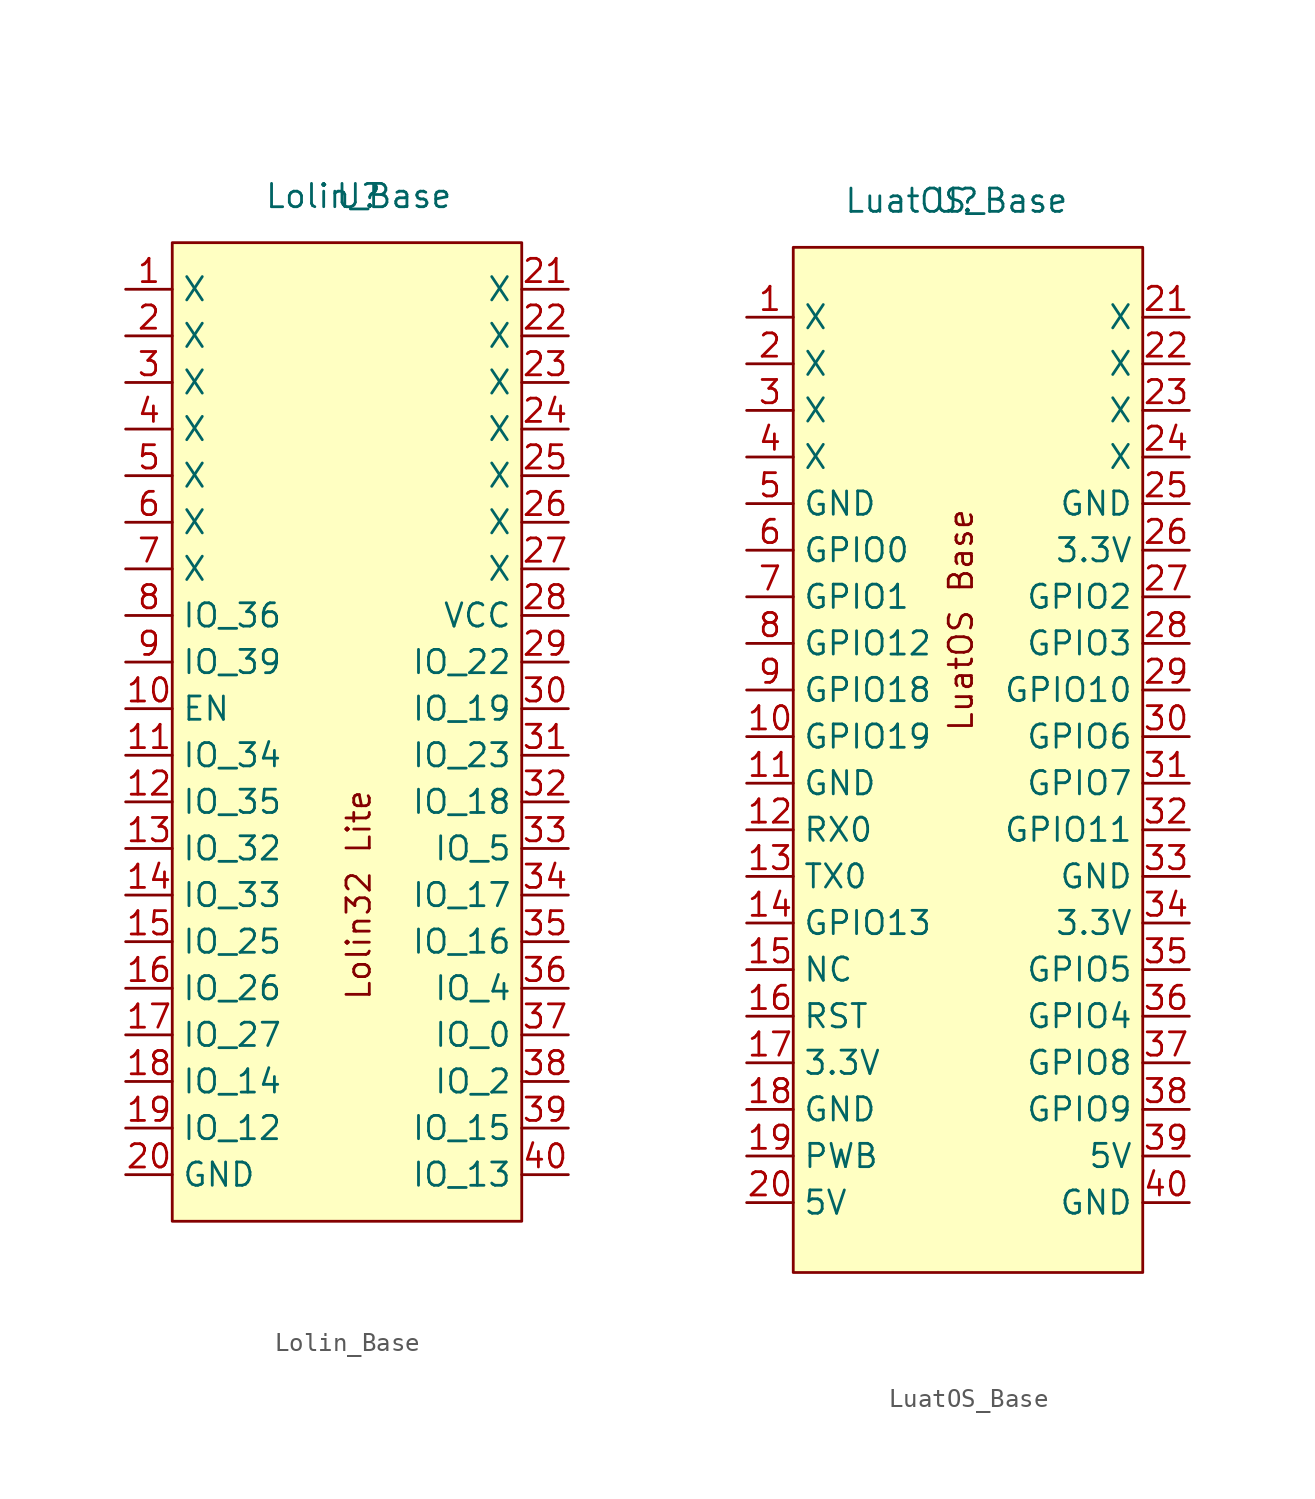
<source format=kicad_sym>
(kicad_symbol_lib
  (version 20220914)
  (generator kicad_symbol_editor)
  (symbol "Lolin_Base"
    (property "Reference" "U"
      (at 0 0 0)
      (effects (font (size 1.27 1.27))))
    (property "Value" "Lolin_Base"
      (at 0 0 0)
      (effects (font (size 1.27 1.27))))
    (symbol "Lolin_Base_1_1"
      (rectangle (start -10.16 -2.54) (end 8.89 -55.88) (stroke (width 0) (type default)) (fill (type background)))
      (text "Lolin32 Lite\n" (at 0 -38.1 900) (effects (font (size 1.27 1.27))))
      (pin bidirectional line (at -12.7 -5.08 0) (length 2.54) (name "X" (effects (font (size 1.27 1.27)))) (number "1" (effects (font (size 1.27 1.27)))))
      (pin bidirectional line (at -12.7 -27.94 0) (length 2.54) (name "EN" (effects (font (size 1.27 1.27)))) (number "10" (effects (font (size 1.27 1.27)))))
      (pin bidirectional line (at -12.7 -30.48 0) (length 2.54) (name "IO_34" (effects (font (size 1.27 1.27)))) (number "11" (effects (font (size 1.27 1.27)))))
      (pin bidirectional line (at -12.7 -33.02 0) (length 2.54) (name "IO_35" (effects (font (size 1.27 1.27)))) (number "12" (effects (font (size 1.27 1.27)))))
      (pin bidirectional line (at -12.7 -35.56 0) (length 2.54) (name "IO_32" (effects (font (size 1.27 1.27)))) (number "13" (effects (font (size 1.27 1.27)))))
      (pin bidirectional line (at -12.7 -38.1 0) (length 2.54) (name "IO_33" (effects (font (size 1.27 1.27)))) (number "14" (effects (font (size 1.27 1.27)))))
      (pin bidirectional line (at -12.7 -40.64 0) (length 2.54) (name "IO_25" (effects (font (size 1.27 1.27)))) (number "15" (effects (font (size 1.27 1.27)))))
      (pin bidirectional line (at -12.7 -43.18 0) (length 2.54) (name "IO_26" (effects (font (size 1.27 1.27)))) (number "16" (effects (font (size 1.27 1.27)))))
      (pin bidirectional line (at -12.7 -45.72 0) (length 2.54) (name "IO_27" (effects (font (size 1.27 1.27)))) (number "17" (effects (font (size 1.27 1.27)))))
      (pin bidirectional line (at -12.7 -48.26 0) (length 2.54) (name "IO_14" (effects (font (size 1.27 1.27)))) (number "18" (effects (font (size 1.27 1.27)))))
      (pin bidirectional line (at -12.7 -50.8 0) (length 2.54) (name "IO_12" (effects (font (size 1.27 1.27)))) (number "19" (effects (font (size 1.27 1.27)))))
      (pin bidirectional line (at -12.7 -7.62 0) (length 2.54) (name "X" (effects (font (size 1.27 1.27)))) (number "2" (effects (font (size 1.27 1.27)))))
      (pin bidirectional line (at -12.7 -53.34 0) (length 2.54) (name "GND" (effects (font (size 1.27 1.27)))) (number "20" (effects (font (size 1.27 1.27)))))
      (pin bidirectional line (at 11.43 -5.08 180) (length 2.54) (name "X" (effects (font (size 1.27 1.27)))) (number "21" (effects (font (size 1.27 1.27)))))
      (pin bidirectional line (at 11.43 -7.62 180) (length 2.54) (name "X" (effects (font (size 1.27 1.27)))) (number "22" (effects (font (size 1.27 1.27)))))
      (pin bidirectional line (at 11.43 -10.16 180) (length 2.54) (name "X" (effects (font (size 1.27 1.27)))) (number "23" (effects (font (size 1.27 1.27)))))
      (pin bidirectional line (at 11.43 -12.7 180) (length 2.54) (name "X" (effects (font (size 1.27 1.27)))) (number "24" (effects (font (size 1.27 1.27)))))
      (pin bidirectional line (at 11.43 -15.24 180) (length 2.54) (name "X" (effects (font (size 1.27 1.27)))) (number "25" (effects (font (size 1.27 1.27)))))
      (pin bidirectional line (at 11.43 -17.78 180) (length 2.54) (name "X" (effects (font (size 1.27 1.27)))) (number "26" (effects (font (size 1.27 1.27)))))
      (pin bidirectional line (at 11.43 -20.32 180) (length 2.54) (name "X" (effects (font (size 1.27 1.27)))) (number "27" (effects (font (size 1.27 1.27)))))
      (pin bidirectional line (at 11.43 -22.86 180) (length 2.54) (name "VCC" (effects (font (size 1.27 1.27)))) (number "28" (effects (font (size 1.27 1.27)))))
      (pin bidirectional line (at 11.43 -25.4 180) (length 2.54) (name "IO_22" (effects (font (size 1.27 1.27)))) (number "29" (effects (font (size 1.27 1.27)))))
      (pin bidirectional line (at -12.7 -10.16 0) (length 2.54) (name "X" (effects (font (size 1.27 1.27)))) (number "3" (effects (font (size 1.27 1.27)))))
      (pin bidirectional line (at 11.43 -27.94 180) (length 2.54) (name "IO_19" (effects (font (size 1.27 1.27)))) (number "30" (effects (font (size 1.27 1.27)))))
      (pin bidirectional line (at 11.43 -30.48 180) (length 2.54) (name "IO_23" (effects (font (size 1.27 1.27)))) (number "31" (effects (font (size 1.27 1.27)))))
      (pin bidirectional line (at 11.43 -33.02 180) (length 2.54) (name "IO_18" (effects (font (size 1.27 1.27)))) (number "32" (effects (font (size 1.27 1.27)))))
      (pin bidirectional line (at 11.43 -35.56 180) (length 2.54) (name "IO_5" (effects (font (size 1.27 1.27)))) (number "33" (effects (font (size 1.27 1.27)))))
      (pin bidirectional line (at 11.43 -38.1 180) (length 2.54) (name "IO_17" (effects (font (size 1.27 1.27)))) (number "34" (effects (font (size 1.27 1.27)))))
      (pin bidirectional line (at 11.43 -40.64 180) (length 2.54) (name "IO_16" (effects (font (size 1.27 1.27)))) (number "35" (effects (font (size 1.27 1.27)))))
      (pin bidirectional line (at 11.43 -43.18 180) (length 2.54) (name "IO_4" (effects (font (size 1.27 1.27)))) (number "36" (effects (font (size 1.27 1.27)))))
      (pin bidirectional line (at 11.43 -45.72 180) (length 2.54) (name "IO_0" (effects (font (size 1.27 1.27)))) (number "37" (effects (font (size 1.27 1.27)))))
      (pin bidirectional line (at 11.43 -48.26 180) (length 2.54) (name "IO_2" (effects (font (size 1.27 1.27)))) (number "38" (effects (font (size 1.27 1.27)))))
      (pin bidirectional line (at 11.43 -50.8 180) (length 2.54) (name "IO_15" (effects (font (size 1.27 1.27)))) (number "39" (effects (font (size 1.27 1.27)))))
      (pin bidirectional line (at -12.7 -12.7 0) (length 2.54) (name "X" (effects (font (size 1.27 1.27)))) (number "4" (effects (font (size 1.27 1.27)))))
      (pin bidirectional line (at 11.43 -53.34 180) (length 2.54) (name "IO_13" (effects (font (size 1.27 1.27)))) (number "40" (effects (font (size 1.27 1.27)))))
      (pin bidirectional line (at -12.7 -15.24 0) (length 2.54) (name "X" (effects (font (size 1.27 1.27)))) (number "5" (effects (font (size 1.27 1.27)))))
      (pin bidirectional line (at -12.7 -17.78 0) (length 2.54) (name "X" (effects (font (size 1.27 1.27)))) (number "6" (effects (font (size 1.27 1.27)))))
      (pin bidirectional line (at -12.7 -20.32 0) (length 2.54) (name "X" (effects (font (size 1.27 1.27)))) (number "7" (effects (font (size 1.27 1.27)))))
      (pin bidirectional line (at -12.7 -22.86 0) (length 2.54) (name "IO_36" (effects (font (size 1.27 1.27)))) (number "8" (effects (font (size 1.27 1.27)))))
      (pin bidirectional line (at -12.7 -25.4 0) (length 2.54) (name "IO_39" (effects (font (size 1.27 1.27)))) (number "9" (effects (font (size 1.27 1.27)))))))
  (symbol "LuatOS_Base"
    (property "Reference" "U"
      (at 0 0 0)
      (effects (font (size 1.27 1.27))))
    (property "Value" "LuatOS_Base"
      (at 0 0 0)
      (effects (font (size 1.27 1.27))))
    (symbol "LuatOS_Base_1_1"
      (rectangle (start -8.89 -2.54) (end 10.16 -58.42) (stroke (width 0) (type default)) (fill (type background)))
      (text "LuatOS Base\n\n" (at 1.27 -22.86 900) (effects (font (size 1.27 1.27))))
      (pin bidirectional line (at -11.43 -6.35 0) (length 2.54) (name "X" (effects (font (size 1.27 1.27)))) (number "1" (effects (font (size 1.27 1.27)))))
      (pin bidirectional line (at -11.43 -29.21 0) (length 2.54) (name "GPIO19" (effects (font (size 1.27 1.27)))) (number "10" (effects (font (size 1.27 1.27)))))
      (pin bidirectional line (at -11.43 -31.75 0) (length 2.54) (name "GND" (effects (font (size 1.27 1.27)))) (number "11" (effects (font (size 1.27 1.27)))))
      (pin bidirectional line (at -11.43 -34.29 0) (length 2.54) (name "RX0" (effects (font (size 1.27 1.27)))) (number "12" (effects (font (size 1.27 1.27)))))
      (pin bidirectional line (at -11.43 -36.83 0) (length 2.54) (name "TX0" (effects (font (size 1.27 1.27)))) (number "13" (effects (font (size 1.27 1.27)))))
      (pin bidirectional line (at -11.43 -39.37 0) (length 2.54) (name "GPIO13" (effects (font (size 1.27 1.27)))) (number "14" (effects (font (size 1.27 1.27)))))
      (pin bidirectional line (at -11.43 -41.91 0) (length 2.54) (name "NC" (effects (font (size 1.27 1.27)))) (number "15" (effects (font (size 1.27 1.27)))))
      (pin bidirectional line (at -11.43 -44.45 0) (length 2.54) (name "RST" (effects (font (size 1.27 1.27)))) (number "16" (effects (font (size 1.27 1.27)))))
      (pin bidirectional line (at -11.43 -46.99 0) (length 2.54) (name "3.3V" (effects (font (size 1.27 1.27)))) (number "17" (effects (font (size 1.27 1.27)))))
      (pin bidirectional line (at -11.43 -49.53 0) (length 2.54) (name "GND" (effects (font (size 1.27 1.27)))) (number "18" (effects (font (size 1.27 1.27)))))
      (pin bidirectional line (at -11.43 -52.07 0) (length 2.54) (name "PWB" (effects (font (size 1.27 1.27)))) (number "19" (effects (font (size 1.27 1.27)))))
      (pin bidirectional line (at -11.43 -8.89 0) (length 2.54) (name "X" (effects (font (size 1.27 1.27)))) (number "2" (effects (font (size 1.27 1.27)))))
      (pin bidirectional line (at -11.43 -54.61 0) (length 2.54) (name "5V" (effects (font (size 1.27 1.27)))) (number "20" (effects (font (size 1.27 1.27)))))
      (pin bidirectional line (at 12.7 -6.35 180) (length 2.54) (name "X" (effects (font (size 1.27 1.27)))) (number "21" (effects (font (size 1.27 1.27)))))
      (pin bidirectional line (at 12.7 -8.89 180) (length 2.54) (name "X" (effects (font (size 1.27 1.27)))) (number "22" (effects (font (size 1.27 1.27)))))
      (pin bidirectional line (at 12.7 -11.43 180) (length 2.54) (name "X" (effects (font (size 1.27 1.27)))) (number "23" (effects (font (size 1.27 1.27)))))
      (pin bidirectional line (at 12.7 -13.97 180) (length 2.54) (name "X" (effects (font (size 1.27 1.27)))) (number "24" (effects (font (size 1.27 1.27)))))
      (pin bidirectional line (at 12.7 -16.51 180) (length 2.54) (name "GND" (effects (font (size 1.27 1.27)))) (number "25" (effects (font (size 1.27 1.27)))))
      (pin bidirectional line (at 12.7 -19.05 180) (length 2.54) (name "3.3V" (effects (font (size 1.27 1.27)))) (number "26" (effects (font (size 1.27 1.27)))))
      (pin bidirectional line (at 12.7 -21.59 180) (length 2.54) (name "GPIO2" (effects (font (size 1.27 1.27)))) (number "27" (effects (font (size 1.27 1.27)))))
      (pin bidirectional line (at 12.7 -24.13 180) (length 2.54) (name "GPIO3" (effects (font (size 1.27 1.27)))) (number "28" (effects (font (size 1.27 1.27)))))
      (pin bidirectional line (at 12.7 -26.67 180) (length 2.54) (name "GPIO10" (effects (font (size 1.27 1.27)))) (number "29" (effects (font (size 1.27 1.27)))))
      (pin bidirectional line (at -11.43 -11.43 0) (length 2.54) (name "X" (effects (font (size 1.27 1.27)))) (number "3" (effects (font (size 1.27 1.27)))))
      (pin bidirectional line (at 12.7 -29.21 180) (length 2.54) (name "GPIO6" (effects (font (size 1.27 1.27)))) (number "30" (effects (font (size 1.27 1.27)))))
      (pin bidirectional line (at 12.7 -31.75 180) (length 2.54) (name "GPIO7" (effects (font (size 1.27 1.27)))) (number "31" (effects (font (size 1.27 1.27)))))
      (pin bidirectional line (at 12.7 -34.29 180) (length 2.54) (name "GPIO11" (effects (font (size 1.27 1.27)))) (number "32" (effects (font (size 1.27 1.27)))))
      (pin bidirectional line (at 12.7 -36.83 180) (length 2.54) (name "GND" (effects (font (size 1.27 1.27)))) (number "33" (effects (font (size 1.27 1.27)))))
      (pin bidirectional line (at 12.7 -39.37 180) (length 2.54) (name "3.3V" (effects (font (size 1.27 1.27)))) (number "34" (effects (font (size 1.27 1.27)))))
      (pin bidirectional line (at 12.7 -41.91 180) (length 2.54) (name "GPIO5" (effects (font (size 1.27 1.27)))) (number "35" (effects (font (size 1.27 1.27)))))
      (pin bidirectional line (at 12.7 -44.45 180) (length 2.54) (name "GPIO4" (effects (font (size 1.27 1.27)))) (number "36" (effects (font (size 1.27 1.27)))))
      (pin bidirectional line (at 12.7 -46.99 180) (length 2.54) (name "GPIO8" (effects (font (size 1.27 1.27)))) (number "37" (effects (font (size 1.27 1.27)))))
      (pin bidirectional line (at 12.7 -49.53 180) (length 2.54) (name "GPIO9" (effects (font (size 1.27 1.27)))) (number "38" (effects (font (size 1.27 1.27)))))
      (pin bidirectional line (at 12.7 -52.07 180) (length 2.54) (name "5V" (effects (font (size 1.27 1.27)))) (number "39" (effects (font (size 1.27 1.27)))))
      (pin bidirectional line (at -11.43 -13.97 0) (length 2.54) (name "X" (effects (font (size 1.27 1.27)))) (number "4" (effects (font (size 1.27 1.27)))))
      (pin bidirectional line (at 12.7 -54.61 180) (length 2.54) (name "GND" (effects (font (size 1.27 1.27)))) (number "40" (effects (font (size 1.27 1.27)))))
      (pin bidirectional line (at -11.43 -16.51 0) (length 2.54) (name "GND" (effects (font (size 1.27 1.27)))) (number "5" (effects (font (size 1.27 1.27)))))
      (pin bidirectional line (at -11.43 -19.05 0) (length 2.54) (name "GPIO0" (effects (font (size 1.27 1.27)))) (number "6" (effects (font (size 1.27 1.27)))))
      (pin bidirectional line (at -11.43 -21.59 0) (length 2.54) (name "GPIO1" (effects (font (size 1.27 1.27)))) (number "7" (effects (font (size 1.27 1.27)))))
      (pin bidirectional line (at -11.43 -24.13 0) (length 2.54) (name "GPIO12" (effects (font (size 1.27 1.27)))) (number "8" (effects (font (size 1.27 1.27)))))
      (pin bidirectional line (at -11.43 -26.67 0) (length 2.54) (name "GPIO18" (effects (font (size 1.27 1.27)))) (number "9" (effects (font (size 1.27 1.27))))))))
</source>
